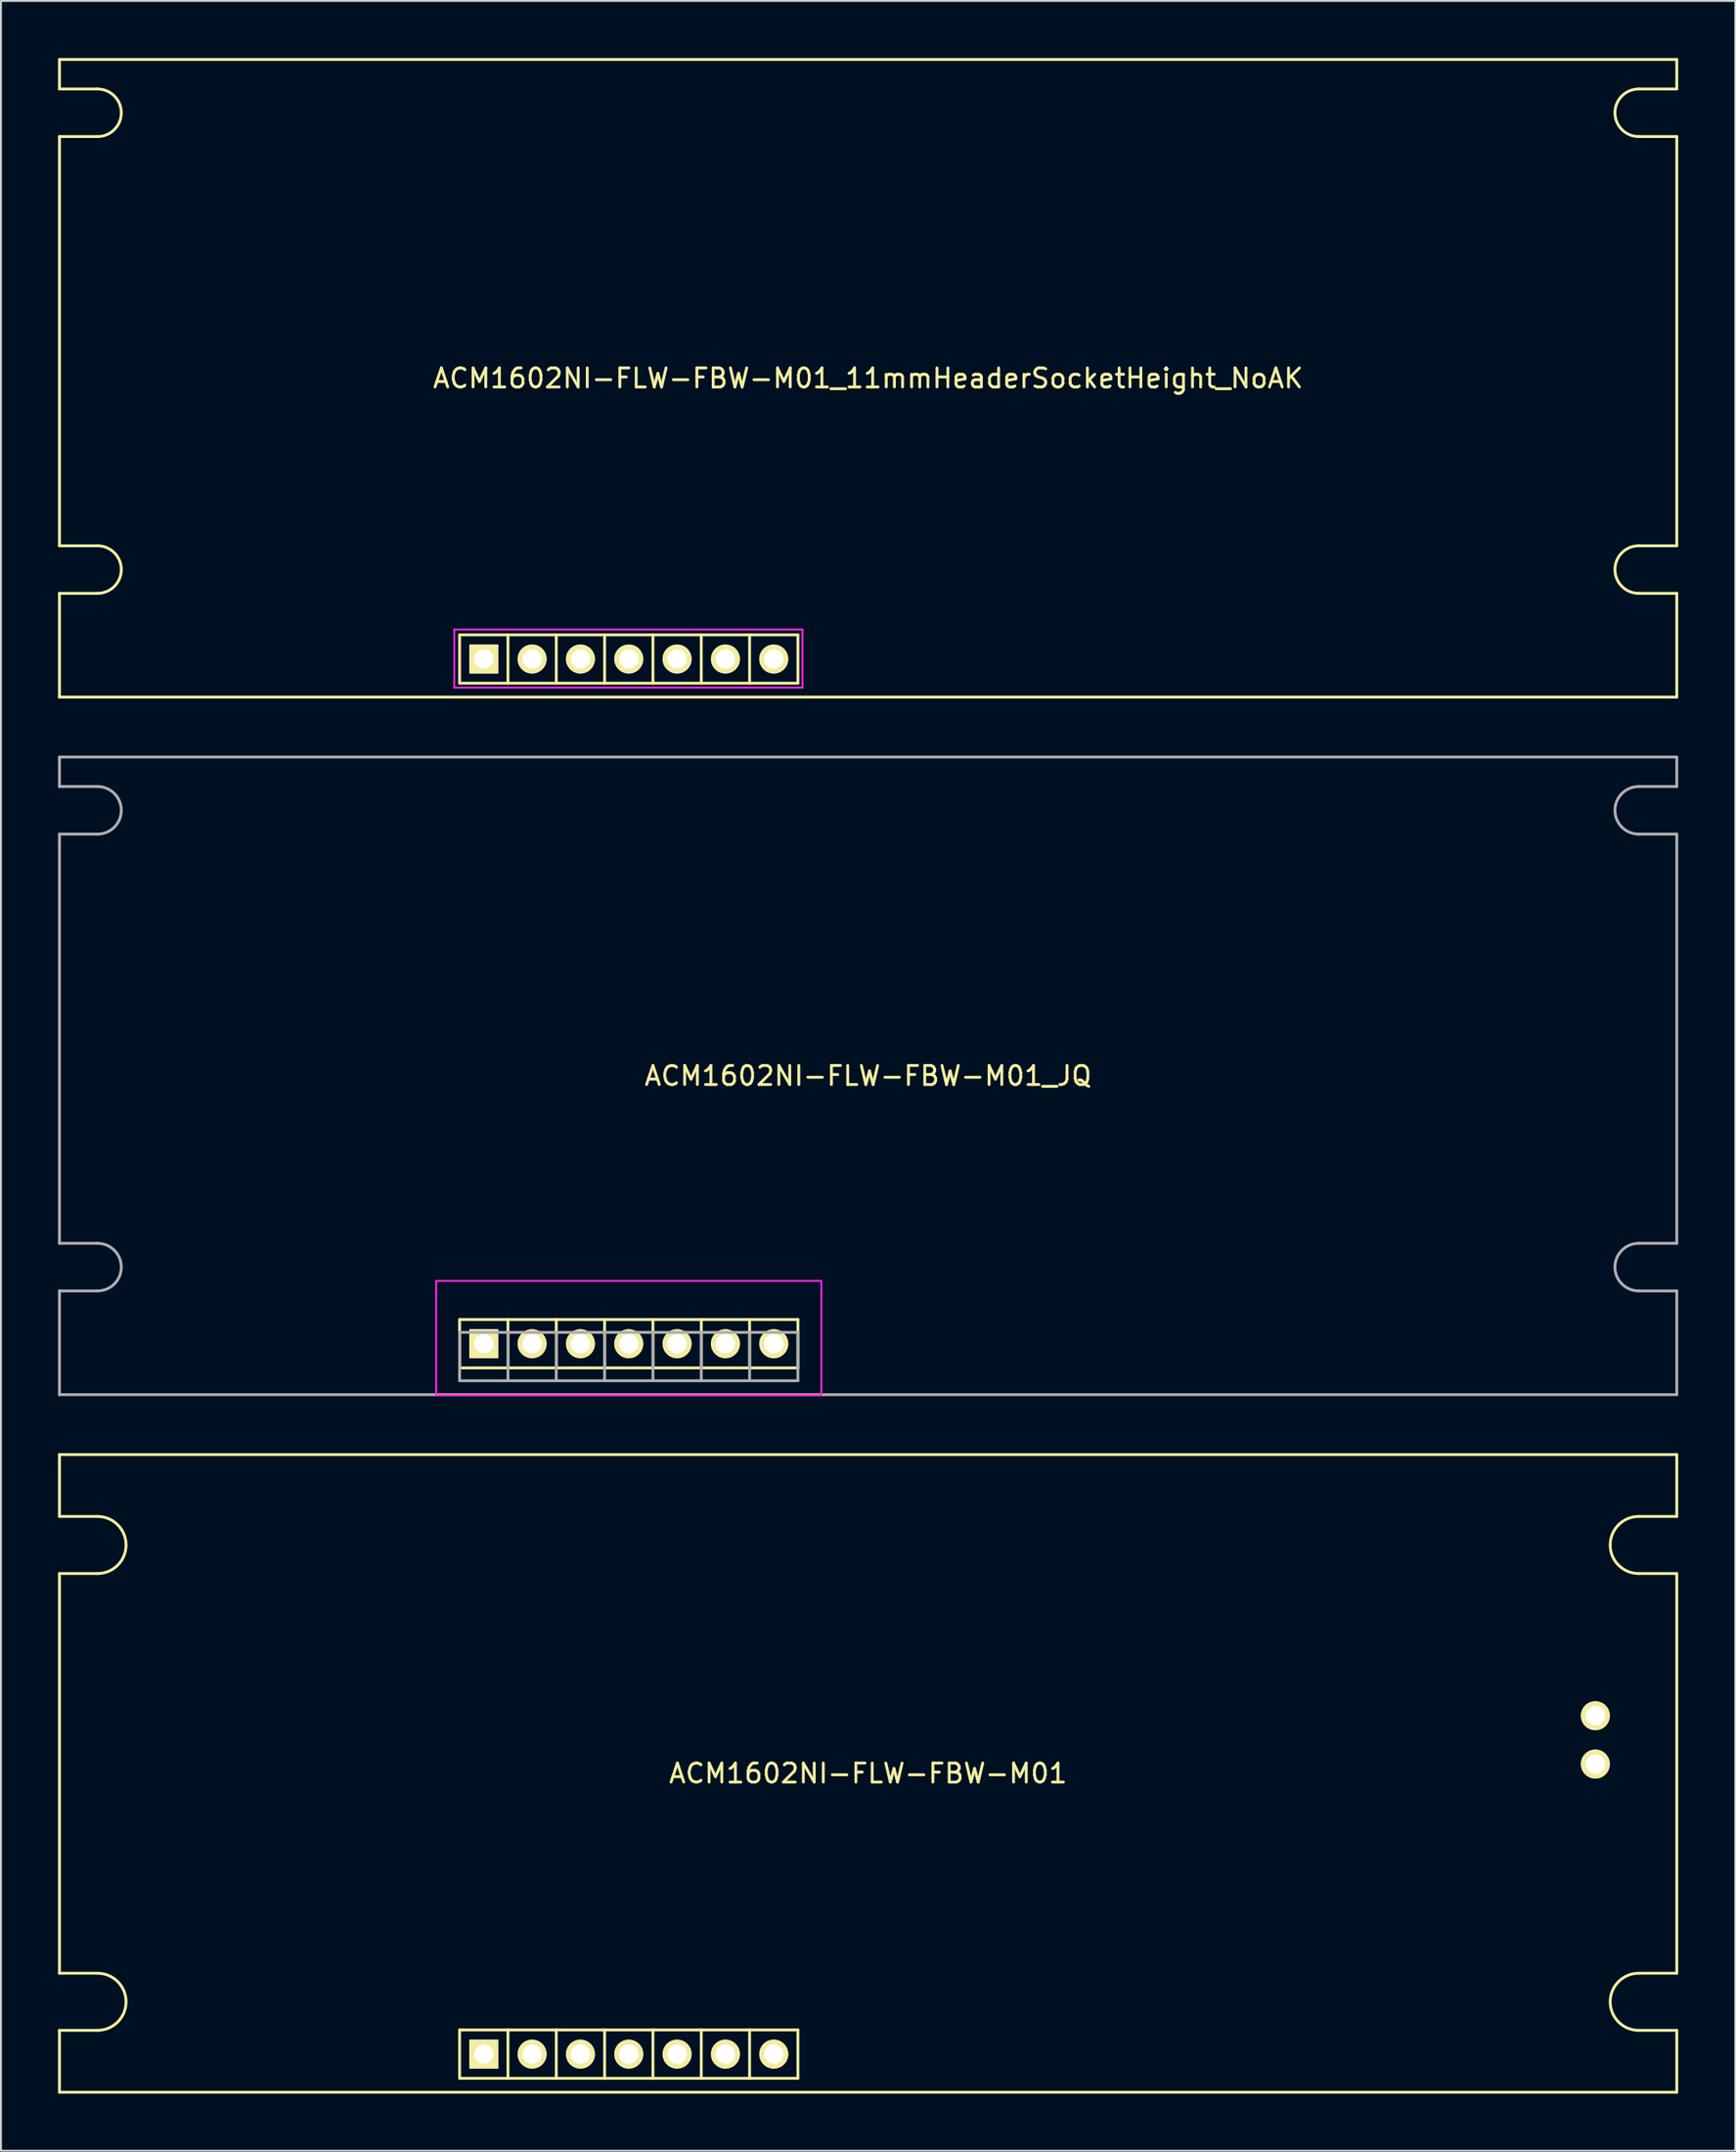
<source format=kicad_pcb>
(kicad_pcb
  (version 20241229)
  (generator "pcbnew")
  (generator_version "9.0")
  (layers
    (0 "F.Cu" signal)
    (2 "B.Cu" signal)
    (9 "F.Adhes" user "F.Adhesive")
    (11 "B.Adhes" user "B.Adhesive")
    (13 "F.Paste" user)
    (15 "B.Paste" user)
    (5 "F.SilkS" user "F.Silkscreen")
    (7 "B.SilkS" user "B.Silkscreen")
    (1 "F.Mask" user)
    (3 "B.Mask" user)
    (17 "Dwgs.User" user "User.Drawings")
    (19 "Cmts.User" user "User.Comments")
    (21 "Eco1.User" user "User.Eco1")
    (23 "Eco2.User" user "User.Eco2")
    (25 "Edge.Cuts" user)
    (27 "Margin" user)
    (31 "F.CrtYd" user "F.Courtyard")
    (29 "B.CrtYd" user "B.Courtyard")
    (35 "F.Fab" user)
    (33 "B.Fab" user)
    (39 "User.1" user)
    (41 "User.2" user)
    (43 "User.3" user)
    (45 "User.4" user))
  (footprint "ACM1602NI-FLW-FBW-M01_11mmHeaderSocketHeight_NoAK"
    (layer "F.Cu")
    (at 42.575 16.825)
    (property "Reference" "ACM1602NI-FLW-FBW-M01_11mmHeaderSocketHeight_NoAK" (at 0 0 0) (layer "F.SilkS") (effects (font (size 1 1) (thickness 0.15))))
    (attr through_hole)
    (fp_line (start -42.5 -16.75) (end 42.5 -16.75) (stroke (width 0.15) (type solid)) (layer "F.SilkS"))
    (fp_line (start -42.5 -15.2) (end -42.5 -16.75) (stroke (width 0.15) (type solid)) (layer "F.SilkS"))
    (fp_line (start -42.5 8.8) (end -42.5 -12.7) (stroke (width 0.15) (type solid)) (layer "F.SilkS"))
    (fp_line (start -42.5 11.3) (end -42.5 16.75) (stroke (width 0.15) (type solid)) (layer "F.SilkS"))
    (fp_line (start -42.5 16.75) (end 42.5 16.75) (stroke (width 0.15) (type solid)) (layer "F.SilkS"))
    (fp_line (start -40.5 -15.2) (end -42.5 -15.2) (stroke (width 0.15) (type solid)) (layer "F.SilkS"))
    (fp_line (start -40.5 -12.7) (end -42.5 -12.7) (stroke (width 0.15) (type solid)) (layer "F.SilkS"))
    (fp_line (start -40.5 8.8) (end -42.5 8.8) (stroke (width 0.15) (type solid)) (layer "F.SilkS"))
    (fp_line (start -40.5 11.3) (end -42.5 11.3) (stroke (width 0.15) (type solid)) (layer "F.SilkS"))
    (fp_line (start -21.47 13.48) (end -21.47 16.02) (stroke (width 0.15) (type solid)) (layer "F.SilkS"))
    (fp_line (start -21.47 16.02) (end -18.93 16.02) (stroke (width 0.15) (type solid)) (layer "F.SilkS"))
    (fp_line (start -18.93 13.48) (end -21.47 13.48) (stroke (width 0.15) (type solid)) (layer "F.SilkS"))
    (fp_line (start -18.93 13.48) (end -18.93 16.02) (stroke (width 0.15) (type solid)) (layer "F.SilkS"))
    (fp_line (start -18.93 16.02) (end -16.39 16.02) (stroke (width 0.15) (type solid)) (layer "F.SilkS"))
    (fp_line (start -16.39 13.48) (end -18.93 13.48) (stroke (width 0.15) (type solid)) (layer "F.SilkS"))
    (fp_line (start -16.39 13.48) (end -16.39 16.02) (stroke (width 0.15) (type solid)) (layer "F.SilkS"))
    (fp_line (start -16.39 16.02) (end -13.85 16.02) (stroke (width 0.15) (type solid)) (layer "F.SilkS"))
    (fp_line (start -13.85 13.48) (end -16.39 13.48) (stroke (width 0.15) (type solid)) (layer "F.SilkS"))
    (fp_line (start -13.85 13.48) (end -13.85 16.02) (stroke (width 0.15) (type solid)) (layer "F.SilkS"))
    (fp_line (start -13.85 16.02) (end -11.31 16.02) (stroke (width 0.15) (type solid)) (layer "F.SilkS"))
    (fp_line (start -11.31 13.48) (end -13.85 13.48) (stroke (width 0.15) (type solid)) (layer "F.SilkS"))
    (fp_line (start -11.31 16.02) (end -11.31 13.48) (stroke (width 0.15) (type solid)) (layer "F.SilkS"))
    (fp_line (start -11.31 16.02) (end -8.77 16.02) (stroke (width 0.15) (type solid)) (layer "F.SilkS"))
    (fp_line (start -8.77 13.48) (end -11.31 13.48) (stroke (width 0.15) (type solid)) (layer "F.SilkS"))
    (fp_line (start -8.77 16.02) (end -8.77 13.48) (stroke (width 0.15) (type solid)) (layer "F.SilkS"))
    (fp_line (start -8.77 16.02) (end -6.23 16.02) (stroke (width 0.15) (type solid)) (layer "F.SilkS"))
    (fp_line (start -6.23 13.48) (end -8.77 13.48) (stroke (width 0.15) (type solid)) (layer "F.SilkS"))
    (fp_line (start -6.23 13.48) (end -6.23 16.02) (stroke (width 0.15) (type solid)) (layer "F.SilkS"))
    (fp_line (start -6.23 16.02) (end -3.69 16.02) (stroke (width 0.15) (type solid)) (layer "F.SilkS"))
    (fp_line (start -3.69 13.48) (end -6.23 13.48) (stroke (width 0.15) (type solid)) (layer "F.SilkS"))
    (fp_line (start -3.69 16.02) (end -3.69 13.48) (stroke (width 0.15) (type solid)) (layer "F.SilkS"))
    (fp_line (start 40.5 -15.2) (end 42.5 -15.2) (stroke (width 0.15) (type solid)) (layer "F.SilkS"))
    (fp_line (start 40.5 -12.7) (end 42.5 -12.7) (stroke (width 0.15) (type solid)) (layer "F.SilkS"))
    (fp_line (start 40.5 8.8) (end 42.5 8.8) (stroke (width 0.15) (type solid)) (layer "F.SilkS"))
    (fp_line (start 40.5 11.3) (end 42.5 11.3) (stroke (width 0.15) (type solid)) (layer "F.SilkS"))
    (fp_line (start 42.5 -15.2) (end 42.5 -16.75) (stroke (width 0.15) (type solid)) (layer "F.SilkS"))
    (fp_line (start 42.5 -12.7) (end 42.5 8.8) (stroke (width 0.15) (type solid)) (layer "F.SilkS"))
    (fp_line (start 42.5 11.3) (end 42.5 16.75) (stroke (width 0.15) (type solid)) (layer "F.SilkS"))
    (fp_arc (start -40.5 -15.2) (mid -39.25 -13.95) (end -40.5 -12.7) (stroke (width 0.15) (type solid)) (layer "F.SilkS"))
    (fp_arc (start -40.5 8.8) (mid -39.25 10.05) (end -40.5 11.3) (stroke (width 0.15) (type solid)) (layer "F.SilkS"))
    (fp_arc (start 40.5 -12.7) (mid 39.25 -13.95) (end 40.5 -15.2) (stroke (width 0.15) (type solid)) (layer "F.SilkS"))
    (fp_arc (start 40.5 11.3) (mid 39.25 10.05) (end 40.5 8.8) (stroke (width 0.15) (type solid)) (layer "F.SilkS"))
    (fp_line (start -21.75 13.2) (end -3.45 13.2) (stroke (width 0.1) (type solid)) (layer "F.CrtYd"))
    (fp_line (start -21.75 16.25) (end -21.75 13.2) (stroke (width 0.1) (type solid)) (layer "F.CrtYd"))
    (fp_line (start -3.45 13.2) (end -3.45 16.25) (stroke (width 0.1) (type solid)) (layer "F.CrtYd"))
    (fp_line (start -3.45 16.25) (end -21.75 16.25) (stroke (width 0.1) (type solid)) (layer "F.CrtYd"))
    (pad "1" thru_hole rect (at -20.2 14.75) (size 1.524 1.524) (drill 1.016) (layers "*.Cu" "*.Mask" "F.SilkS"))
    (pad "2" thru_hole circle (at -17.66 14.75) (size 1.524 1.524) (drill 1.016) (layers "*.Cu" "*.Mask" "F.SilkS"))
    (pad "3" thru_hole circle (at -15.12 14.75) (size 1.524 1.524) (drill 1.016) (layers "*.Cu" "*.Mask" "F.SilkS"))
    (pad "4" thru_hole circle (at -12.58 14.75) (size 1.524 1.524) (drill 1.016) (layers "*.Cu" "*.Mask" "F.SilkS"))
    (pad "5" thru_hole circle (at -10.04 14.75) (size 1.524 1.524) (drill 1.016) (layers "*.Cu" "*.Mask" "F.SilkS"))
    (pad "6" thru_hole circle (at -7.5 14.75) (size 1.524 1.524) (drill 1.016) (layers "*.Cu" "*.Mask" "F.SilkS"))
    (pad "7" thru_hole circle (at -4.96 14.75) (size 1.524 1.524) (drill 1.016) (layers "*.Cu" "*.Mask" "F.SilkS")))
  (footprint "ACM1602NI-FLW-FBW-M01"
    (layer "F.Cu")
    (at 42.575 90.125)
    (property "Reference" "ACM1602NI-FLW-FBW-M01" (at 0 0 0) (layer "F.SilkS") (effects (font (size 1 1) (thickness 0.15))))
    (attr through_hole)
    (fp_line (start -42.5 -16.75) (end 42.5 -16.75) (stroke (width 0.15) (type solid)) (layer "F.SilkS"))
    (fp_line (start -42.5 -13.5) (end -42.5 -16.75) (stroke (width 0.15) (type solid)) (layer "F.SilkS"))
    (fp_line (start -42.5 10.5) (end -42.5 -10.5) (stroke (width 0.15) (type solid)) (layer "F.SilkS"))
    (fp_line (start -42.5 13.5) (end -42.5 16.75) (stroke (width 0.15) (type solid)) (layer "F.SilkS"))
    (fp_line (start -42.5 16.75) (end 42.5 16.75) (stroke (width 0.15) (type solid)) (layer "F.SilkS"))
    (fp_line (start -40.5 -13.5) (end -42.5 -13.5) (stroke (width 0.15) (type solid)) (layer "F.SilkS"))
    (fp_line (start -40.5 -10.5) (end -42.5 -10.5) (stroke (width 0.15) (type solid)) (layer "F.SilkS"))
    (fp_line (start -40.5 10.5) (end -42.5 10.5) (stroke (width 0.15) (type solid)) (layer "F.SilkS"))
    (fp_line (start -40.5 13.5) (end -42.5 13.5) (stroke (width 0.15) (type solid)) (layer "F.SilkS"))
    (fp_line (start -21.47 13.48) (end -21.47 16.02) (stroke (width 0.15) (type solid)) (layer "F.SilkS"))
    (fp_line (start -21.47 16.02) (end -18.93 16.02) (stroke (width 0.15) (type solid)) (layer "F.SilkS"))
    (fp_line (start -18.93 13.48) (end -21.47 13.48) (stroke (width 0.15) (type solid)) (layer "F.SilkS"))
    (fp_line (start -18.93 13.48) (end -18.93 16.02) (stroke (width 0.15) (type solid)) (layer "F.SilkS"))
    (fp_line (start -18.93 16.02) (end -16.39 16.02) (stroke (width 0.15) (type solid)) (layer "F.SilkS"))
    (fp_line (start -16.39 13.48) (end -18.93 13.48) (stroke (width 0.15) (type solid)) (layer "F.SilkS"))
    (fp_line (start -16.39 13.48) (end -16.39 16.02) (stroke (width 0.15) (type solid)) (layer "F.SilkS"))
    (fp_line (start -16.39 16.02) (end -13.85 16.02) (stroke (width 0.15) (type solid)) (layer "F.SilkS"))
    (fp_line (start -13.85 13.48) (end -16.39 13.48) (stroke (width 0.15) (type solid)) (layer "F.SilkS"))
    (fp_line (start -13.85 13.48) (end -13.85 16.02) (stroke (width 0.15) (type solid)) (layer "F.SilkS"))
    (fp_line (start -13.85 16.02) (end -11.31 16.02) (stroke (width 0.15) (type solid)) (layer "F.SilkS"))
    (fp_line (start -11.31 13.48) (end -13.85 13.48) (stroke (width 0.15) (type solid)) (layer "F.SilkS"))
    (fp_line (start -11.31 16.02) (end -11.31 13.48) (stroke (width 0.15) (type solid)) (layer "F.SilkS"))
    (fp_line (start -11.31 16.02) (end -8.77 16.02) (stroke (width 0.15) (type solid)) (layer "F.SilkS"))
    (fp_line (start -8.77 13.48) (end -11.31 13.48) (stroke (width 0.15) (type solid)) (layer "F.SilkS"))
    (fp_line (start -8.77 16.02) (end -8.77 13.48) (stroke (width 0.15) (type solid)) (layer "F.SilkS"))
    (fp_line (start -8.77 16.02) (end -6.23 16.02) (stroke (width 0.15) (type solid)) (layer "F.SilkS"))
    (fp_line (start -6.23 13.48) (end -8.77 13.48) (stroke (width 0.15) (type solid)) (layer "F.SilkS"))
    (fp_line (start -6.23 13.48) (end -6.23 16.02) (stroke (width 0.15) (type solid)) (layer "F.SilkS"))
    (fp_line (start -6.23 16.02) (end -3.69 16.02) (stroke (width 0.15) (type solid)) (layer "F.SilkS"))
    (fp_line (start -3.69 13.48) (end -6.23 13.48) (stroke (width 0.15) (type solid)) (layer "F.SilkS"))
    (fp_line (start -3.69 16.02) (end -3.69 13.48) (stroke (width 0.15) (type solid)) (layer "F.SilkS"))
    (fp_line (start 40.5 -13.5) (end 42.5 -13.5) (stroke (width 0.15) (type solid)) (layer "F.SilkS"))
    (fp_line (start 40.5 -10.5) (end 42.5 -10.5) (stroke (width 0.15) (type solid)) (layer "F.SilkS"))
    (fp_line (start 40.5 10.5) (end 42.5 10.5) (stroke (width 0.15) (type solid)) (layer "F.SilkS"))
    (fp_line (start 40.5 13.5) (end 42.5 13.5) (stroke (width 0.15) (type solid)) (layer "F.SilkS"))
    (fp_line (start 42.5 -13.5) (end 42.5 -16.75) (stroke (width 0.15) (type solid)) (layer "F.SilkS"))
    (fp_line (start 42.5 -10.5) (end 42.5 10.5) (stroke (width 0.15) (type solid)) (layer "F.SilkS"))
    (fp_line (start 42.5 13.5) (end 42.5 16.75) (stroke (width 0.15) (type solid)) (layer "F.SilkS"))
    (fp_arc (start -40.5 -13.5) (mid -39 -12) (end -40.5 -10.5) (stroke (width 0.15) (type solid)) (layer "F.SilkS"))
    (fp_arc (start -40.5 10.5) (mid -39 12) (end -40.5 13.5) (stroke (width 0.15) (type solid)) (layer "F.SilkS"))
    (fp_arc (start 40.5 -10.5) (mid 39 -12) (end 40.5 -13.5) (stroke (width 0.15) (type solid)) (layer "F.SilkS"))
    (fp_arc (start 40.5 13.5) (mid 39 12) (end 40.5 10.5) (stroke (width 0.15) (type solid)) (layer "F.SilkS"))
    (pad "1" thru_hole rect (at -20.2 14.75) (size 1.524 1.524) (drill 1.016) (layers "*.Cu" "*.Mask" "F.SilkS"))
    (pad "2" thru_hole circle (at -17.66 14.75) (size 1.524 1.524) (drill 1.016) (layers "*.Cu" "*.Mask" "F.SilkS"))
    (pad "3" thru_hole circle (at -15.12 14.75) (size 1.524 1.524) (drill 1.016) (layers "*.Cu" "*.Mask" "F.SilkS"))
    (pad "4" thru_hole circle (at -12.58 14.75) (size 1.524 1.524) (drill 1.016) (layers "*.Cu" "*.Mask" "F.SilkS"))
    (pad "5" thru_hole circle (at -10.04 14.75) (size 1.524 1.524) (drill 1.016) (layers "*.Cu" "*.Mask" "F.SilkS"))
    (pad "6" thru_hole circle (at -7.5 14.75) (size 1.524 1.524) (drill 1.016) (layers "*.Cu" "*.Mask" "F.SilkS"))
    (pad "7" thru_hole circle (at -4.96 14.75) (size 1.524 1.524) (drill 1.016) (layers "*.Cu" "*.Mask" "F.SilkS"))
    (pad "A" thru_hole circle (at 38.22 -0.49) (size 1.524 1.524) (drill 1.016) (layers "*.Cu" "*.Mask" "F.SilkS"))
    (pad "K" thru_hole circle (at 38.22 -3.03) (size 1.524 1.524) (drill 1.016) (layers "*.Cu" "*.Mask" "F.SilkS")))
  (footprint "ACM1602NI-FLW-FBW-M01_JQ"
    (layer "F.Cu")
    (at 42.575 53.475)
    (property "Reference" "ACM1602NI-FLW-FBW-M01_JQ" (at 0 0 0) (layer "F.SilkS") (effects (font (size 1 1) (thickness 0.15))))
    (attr through_hole)
    (fp_line (start -21.47 12.805) (end -21.47 15.345) (stroke (width 0.15) (type solid)) (layer "F.SilkS"))
    (fp_line (start -21.47 15.345) (end -3.69 15.345) (stroke (width 0.15) (type solid)) (layer "F.SilkS"))
    (fp_line (start -18.93 12.805) (end -18.93 15.345) (stroke (width 0.15) (type solid)) (layer "F.SilkS"))
    (fp_line (start -16.39 12.805) (end -16.39 15.345) (stroke (width 0.15) (type solid)) (layer "F.SilkS"))
    (fp_line (start -13.85 12.805) (end -13.85 15.345) (stroke (width 0.15) (type solid)) (layer "F.SilkS"))
    (fp_line (start -11.31 15.345) (end -11.31 12.805) (stroke (width 0.15) (type solid)) (layer "F.SilkS"))
    (fp_line (start -8.77 15.345) (end -8.77 12.805) (stroke (width 0.15) (type solid)) (layer "F.SilkS"))
    (fp_line (start -6.23 12.805) (end -6.23 15.345) (stroke (width 0.15) (type solid)) (layer "F.SilkS"))
    (fp_line (start -3.69 12.805) (end -21.47 12.805) (stroke (width 0.15) (type solid)) (layer "F.SilkS"))
    (fp_line (start -3.69 15.345) (end -3.69 12.805) (stroke (width 0.15) (type solid)) (layer "F.SilkS"))
    (fp_line (start -22.7 10.775) (end -2.46 10.775) (stroke (width 0.1) (type solid)) (layer "F.CrtYd"))
    (fp_line (start -22.7 16.775) (end -22.7 10.775) (stroke (width 0.1) (type solid)) (layer "F.CrtYd"))
    (fp_line (start -2.46 10.775) (end -2.46 16.775) (stroke (width 0.1) (type solid)) (layer "F.CrtYd"))
    (fp_line (start -2.46 16.775) (end -22.66 16.775) (stroke (width 0.1) (type solid)) (layer "F.CrtYd"))
    (fp_line (start -42.5 -16.75) (end 42.5 -16.75) (stroke (width 0.15) (type solid)) (layer "F.Fab"))
    (fp_line (start -42.5 -15.2) (end -42.5 -16.75) (stroke (width 0.15) (type solid)) (layer "F.Fab"))
    (fp_line (start -42.5 8.8) (end -42.5 -12.7) (stroke (width 0.15) (type solid)) (layer "F.Fab"))
    (fp_line (start -42.5 11.3) (end -42.5 16.75) (stroke (width 0.15) (type solid)) (layer "F.Fab"))
    (fp_line (start -42.5 16.75) (end 42.5 16.75) (stroke (width 0.15) (type solid)) (layer "F.Fab"))
    (fp_line (start -40.5 -15.2) (end -42.5 -15.2) (stroke (width 0.15) (type solid)) (layer "F.Fab"))
    (fp_line (start -40.5 -12.7) (end -42.5 -12.7) (stroke (width 0.15) (type solid)) (layer "F.Fab"))
    (fp_line (start -40.5 8.8) (end -42.5 8.8) (stroke (width 0.15) (type solid)) (layer "F.Fab"))
    (fp_line (start -40.5 11.3) (end -42.5 11.3) (stroke (width 0.15) (type solid)) (layer "F.Fab"))
    (fp_line (start -21.47 13.48) (end -21.47 16.02) (stroke (width 0.15) (type solid)) (layer "F.Fab"))
    (fp_line (start -21.47 16.02) (end -3.69 16.02) (stroke (width 0.15) (type solid)) (layer "F.Fab"))
    (fp_line (start -18.93 13.48) (end -18.93 16.02) (stroke (width 0.15) (type solid)) (layer "F.Fab"))
    (fp_line (start -16.39 13.48) (end -16.39 16.02) (stroke (width 0.15) (type solid)) (layer "F.Fab"))
    (fp_line (start -13.85 13.48) (end -13.85 16.02) (stroke (width 0.15) (type solid)) (layer "F.Fab"))
    (fp_line (start -11.31 16.02) (end -11.31 13.48) (stroke (width 0.15) (type solid)) (layer "F.Fab"))
    (fp_line (start -8.77 16.02) (end -8.77 13.48) (stroke (width 0.15) (type solid)) (layer "F.Fab"))
    (fp_line (start -6.23 13.48) (end -6.23 16.02) (stroke (width 0.15) (type solid)) (layer "F.Fab"))
    (fp_line (start -3.69 13.48) (end -21.47 13.48) (stroke (width 0.15) (type solid)) (layer "F.Fab"))
    (fp_line (start -3.69 16.02) (end -3.69 13.48) (stroke (width 0.15) (type solid)) (layer "F.Fab"))
    (fp_line (start 40.5 -15.2) (end 42.5 -15.2) (stroke (width 0.15) (type solid)) (layer "F.Fab"))
    (fp_line (start 40.5 -12.7) (end 42.5 -12.7) (stroke (width 0.15) (type solid)) (layer "F.Fab"))
    (fp_line (start 40.5 8.8) (end 42.5 8.8) (stroke (width 0.15) (type solid)) (layer "F.Fab"))
    (fp_line (start 40.5 11.3) (end 42.5 11.3) (stroke (width 0.15) (type solid)) (layer "F.Fab"))
    (fp_line (start 42.5 -15.2) (end 42.5 -16.75) (stroke (width 0.15) (type solid)) (layer "F.Fab"))
    (fp_line (start 42.5 -12.7) (end 42.5 8.8) (stroke (width 0.15) (type solid)) (layer "F.Fab"))
    (fp_line (start 42.5 11.3) (end 42.5 16.75) (stroke (width 0.15) (type solid)) (layer "F.Fab"))
    (fp_arc (start -40.5 -15.2) (mid -39.25 -13.95) (end -40.5 -12.7) (stroke (width 0.15) (type solid)) (layer "F.Fab"))
    (fp_arc (start -40.5 8.8) (mid -39.25 10.05) (end -40.5 11.3) (stroke (width 0.15) (type solid)) (layer "F.Fab"))
    (fp_arc (start 40.5 -12.7) (mid 39.25 -13.95) (end 40.5 -15.2) (stroke (width 0.15) (type solid)) (layer "F.Fab"))
    (fp_arc (start 40.5 11.3) (mid 39.25 10.05) (end 40.5 8.8) (stroke (width 0.15) (type solid)) (layer "F.Fab"))
    (pad "1" thru_hole rect (at -20.2 14.075) (size 1.524 1.524) (drill 1.016) (layers "*.Cu" "*.Mask" "F.SilkS"))
    (pad "2" thru_hole circle (at -17.66 14.075) (size 1.524 1.524) (drill 1.016) (layers "*.Cu" "*.Mask" "F.SilkS"))
    (pad "3" thru_hole circle (at -15.12 14.075) (size 1.524 1.524) (drill 1.016) (layers "*.Cu" "*.Mask" "F.SilkS"))
    (pad "4" thru_hole circle (at -12.58 14.075) (size 1.524 1.524) (drill 1.016) (layers "*.Cu" "*.Mask" "F.SilkS"))
    (pad "5" thru_hole circle (at -10.04 14.075) (size 1.524 1.524) (drill 1.016) (layers "*.Cu" "*.Mask" "F.SilkS"))
    (pad "6" thru_hole circle (at -7.5 14.075) (size 1.524 1.524) (drill 1.016) (layers "*.Cu" "*.Mask" "F.SilkS"))
    (pad "7" thru_hole circle (at -4.96 14.075) (size 1.524 1.524) (drill 1.016) (layers "*.Cu" "*.Mask" "F.SilkS")))
  (gr_rect
    (start -3 -3)
    (end 88.15 109.95)
    (stroke (width 0.1) (type default))
    (fill no)
    (layer "Edge.Cuts")))
</source>
